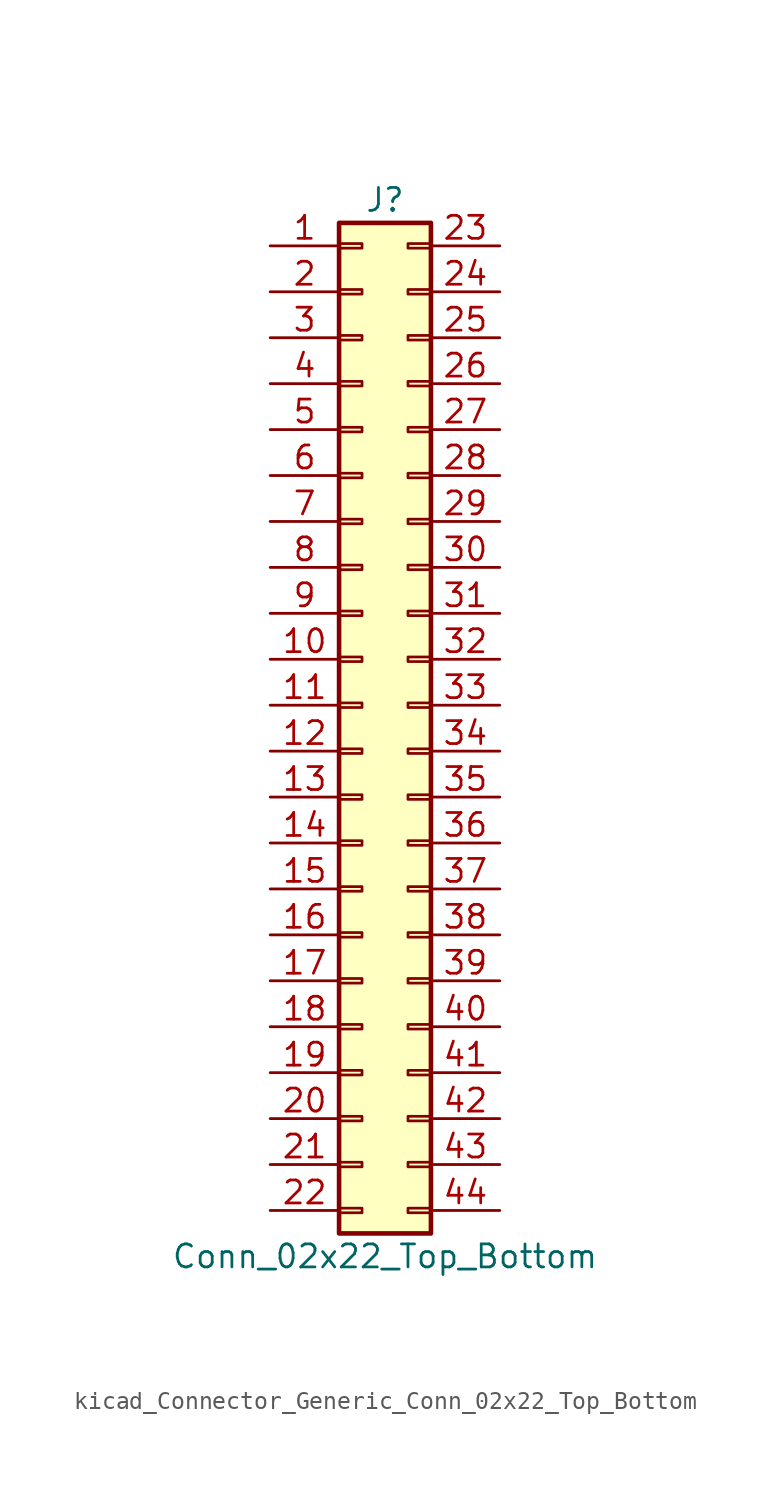
<source format=kicad_sym>
(kicad_symbol_lib
  (version 20220914)
  (generator kicad_symbol_editor)
  (symbol "kicad_Connector_Generic_Conn_02x22_Top_Bottom"
    (pin_names
      (offset 1.016) hide)
    (property "Reference" "J"
      (at 1.27 27.94 0)
      (effects (font (size 1.27 1.27))))
    (property "Value" "Conn_02x22_Top_Bottom"
      (at 1.27 -30.48 0)
      (effects (font (size 1.27 1.27))))
    (symbol "kicad_Connector_Generic_Conn_02x22_Top_Bottom_1_1"
      (rectangle (start -1.27 -27.813) (end 0 -28.067) (stroke (width 0.152) (type default)) (fill (type none)))
      (rectangle (start -1.27 -25.273) (end 0 -25.527) (stroke (width 0.152) (type default)) (fill (type none)))
      (rectangle (start -1.27 -22.733) (end 0 -22.987) (stroke (width 0.152) (type default)) (fill (type none)))
      (rectangle (start -1.27 -20.193) (end 0 -20.447) (stroke (width 0.152) (type default)) (fill (type none)))
      (rectangle (start -1.27 -17.653) (end 0 -17.907) (stroke (width 0.152) (type default)) (fill (type none)))
      (rectangle (start -1.27 -15.113) (end 0 -15.367) (stroke (width 0.152) (type default)) (fill (type none)))
      (rectangle (start -1.27 -12.573) (end 0 -12.827) (stroke (width 0.152) (type default)) (fill (type none)))
      (rectangle (start -1.27 -10.033) (end 0 -10.287) (stroke (width 0.152) (type default)) (fill (type none)))
      (rectangle (start -1.27 -7.493) (end 0 -7.747) (stroke (width 0.152) (type default)) (fill (type none)))
      (rectangle (start -1.27 -4.953) (end 0 -5.207) (stroke (width 0.152) (type default)) (fill (type none)))
      (rectangle (start -1.27 -2.413) (end 0 -2.667) (stroke (width 0.152) (type default)) (fill (type none)))
      (rectangle (start -1.27 0.127) (end 0 -0.127) (stroke (width 0.152) (type default)) (fill (type none)))
      (rectangle (start -1.27 2.667) (end 0 2.413) (stroke (width 0.152) (type default)) (fill (type none)))
      (rectangle (start -1.27 5.207) (end 0 4.953) (stroke (width 0.152) (type default)) (fill (type none)))
      (rectangle (start -1.27 7.747) (end 0 7.493) (stroke (width 0.152) (type default)) (fill (type none)))
      (rectangle (start -1.27 10.287) (end 0 10.033) (stroke (width 0.152) (type default)) (fill (type none)))
      (rectangle (start -1.27 12.827) (end 0 12.573) (stroke (width 0.152) (type default)) (fill (type none)))
      (rectangle (start -1.27 15.367) (end 0 15.113) (stroke (width 0.152) (type default)) (fill (type none)))
      (rectangle (start -1.27 17.907) (end 0 17.653) (stroke (width 0.152) (type default)) (fill (type none)))
      (rectangle (start -1.27 20.447) (end 0 20.193) (stroke (width 0.152) (type default)) (fill (type none)))
      (rectangle (start -1.27 22.987) (end 0 22.733) (stroke (width 0.152) (type default)) (fill (type none)))
      (rectangle (start -1.27 25.527) (end 0 25.273) (stroke (width 0.152) (type default)) (fill (type none)))
      (rectangle (start -1.27 26.67) (end 3.81 -29.21) (stroke (width 0.254) (type default)) (fill (type background)))
      (rectangle (start 3.81 -27.813) (end 2.54 -28.067) (stroke (width 0.152) (type default)) (fill (type none)))
      (rectangle (start 3.81 -25.273) (end 2.54 -25.527) (stroke (width 0.152) (type default)) (fill (type none)))
      (rectangle (start 3.81 -22.733) (end 2.54 -22.987) (stroke (width 0.152) (type default)) (fill (type none)))
      (rectangle (start 3.81 -20.193) (end 2.54 -20.447) (stroke (width 0.152) (type default)) (fill (type none)))
      (rectangle (start 3.81 -17.653) (end 2.54 -17.907) (stroke (width 0.152) (type default)) (fill (type none)))
      (rectangle (start 3.81 -15.113) (end 2.54 -15.367) (stroke (width 0.152) (type default)) (fill (type none)))
      (rectangle (start 3.81 -12.573) (end 2.54 -12.827) (stroke (width 0.152) (type default)) (fill (type none)))
      (rectangle (start 3.81 -10.033) (end 2.54 -10.287) (stroke (width 0.152) (type default)) (fill (type none)))
      (rectangle (start 3.81 -7.493) (end 2.54 -7.747) (stroke (width 0.152) (type default)) (fill (type none)))
      (rectangle (start 3.81 -4.953) (end 2.54 -5.207) (stroke (width 0.152) (type default)) (fill (type none)))
      (rectangle (start 3.81 -2.413) (end 2.54 -2.667) (stroke (width 0.152) (type default)) (fill (type none)))
      (rectangle (start 3.81 0.127) (end 2.54 -0.127) (stroke (width 0.152) (type default)) (fill (type none)))
      (rectangle (start 3.81 2.667) (end 2.54 2.413) (stroke (width 0.152) (type default)) (fill (type none)))
      (rectangle (start 3.81 5.207) (end 2.54 4.953) (stroke (width 0.152) (type default)) (fill (type none)))
      (rectangle (start 3.81 7.747) (end 2.54 7.493) (stroke (width 0.152) (type default)) (fill (type none)))
      (rectangle (start 3.81 10.287) (end 2.54 10.033) (stroke (width 0.152) (type default)) (fill (type none)))
      (rectangle (start 3.81 12.827) (end 2.54 12.573) (stroke (width 0.152) (type default)) (fill (type none)))
      (rectangle (start 3.81 15.367) (end 2.54 15.113) (stroke (width 0.152) (type default)) (fill (type none)))
      (rectangle (start 3.81 17.907) (end 2.54 17.653) (stroke (width 0.152) (type default)) (fill (type none)))
      (rectangle (start 3.81 20.447) (end 2.54 20.193) (stroke (width 0.152) (type default)) (fill (type none)))
      (rectangle (start 3.81 22.987) (end 2.54 22.733) (stroke (width 0.152) (type default)) (fill (type none)))
      (rectangle (start 3.81 25.527) (end 2.54 25.273) (stroke (width 0.152) (type default)) (fill (type none)))
      (pin passive line (at -5.08 25.4 0) (length 3.81) (name "Pin_1" (effects (font (size 1.27 1.27)))) (number "1" (effects (font (size 1.27 1.27)))))
      (pin passive line (at -5.08 2.54 0) (length 3.81) (name "Pin_10" (effects (font (size 1.27 1.27)))) (number "10" (effects (font (size 1.27 1.27)))))
      (pin passive line (at -5.08 0 0) (length 3.81) (name "Pin_11" (effects (font (size 1.27 1.27)))) (number "11" (effects (font (size 1.27 1.27)))))
      (pin passive line (at -5.08 -2.54 0) (length 3.81) (name "Pin_12" (effects (font (size 1.27 1.27)))) (number "12" (effects (font (size 1.27 1.27)))))
      (pin passive line (at -5.08 -5.08 0) (length 3.81) (name "Pin_13" (effects (font (size 1.27 1.27)))) (number "13" (effects (font (size 1.27 1.27)))))
      (pin passive line (at -5.08 -7.62 0) (length 3.81) (name "Pin_14" (effects (font (size 1.27 1.27)))) (number "14" (effects (font (size 1.27 1.27)))))
      (pin passive line (at -5.08 -10.16 0) (length 3.81) (name "Pin_15" (effects (font (size 1.27 1.27)))) (number "15" (effects (font (size 1.27 1.27)))))
      (pin passive line (at -5.08 -12.7 0) (length 3.81) (name "Pin_16" (effects (font (size 1.27 1.27)))) (number "16" (effects (font (size 1.27 1.27)))))
      (pin passive line (at -5.08 -15.24 0) (length 3.81) (name "Pin_17" (effects (font (size 1.27 1.27)))) (number "17" (effects (font (size 1.27 1.27)))))
      (pin passive line (at -5.08 -17.78 0) (length 3.81) (name "Pin_18" (effects (font (size 1.27 1.27)))) (number "18" (effects (font (size 1.27 1.27)))))
      (pin passive line (at -5.08 -20.32 0) (length 3.81) (name "Pin_19" (effects (font (size 1.27 1.27)))) (number "19" (effects (font (size 1.27 1.27)))))
      (pin passive line (at -5.08 22.86 0) (length 3.81) (name "Pin_2" (effects (font (size 1.27 1.27)))) (number "2" (effects (font (size 1.27 1.27)))))
      (pin passive line (at -5.08 -22.86 0) (length 3.81) (name "Pin_20" (effects (font (size 1.27 1.27)))) (number "20" (effects (font (size 1.27 1.27)))))
      (pin passive line (at -5.08 -25.4 0) (length 3.81) (name "Pin_21" (effects (font (size 1.27 1.27)))) (number "21" (effects (font (size 1.27 1.27)))))
      (pin passive line (at -5.08 -27.94 0) (length 3.81) (name "Pin_22" (effects (font (size 1.27 1.27)))) (number "22" (effects (font (size 1.27 1.27)))))
      (pin passive line (at 7.62 25.4 180) (length 3.81) (name "Pin_23" (effects (font (size 1.27 1.27)))) (number "23" (effects (font (size 1.27 1.27)))))
      (pin passive line (at 7.62 22.86 180) (length 3.81) (name "Pin_24" (effects (font (size 1.27 1.27)))) (number "24" (effects (font (size 1.27 1.27)))))
      (pin passive line (at 7.62 20.32 180) (length 3.81) (name "Pin_25" (effects (font (size 1.27 1.27)))) (number "25" (effects (font (size 1.27 1.27)))))
      (pin passive line (at 7.62 17.78 180) (length 3.81) (name "Pin_26" (effects (font (size 1.27 1.27)))) (number "26" (effects (font (size 1.27 1.27)))))
      (pin passive line (at 7.62 15.24 180) (length 3.81) (name "Pin_27" (effects (font (size 1.27 1.27)))) (number "27" (effects (font (size 1.27 1.27)))))
      (pin passive line (at 7.62 12.7 180) (length 3.81) (name "Pin_28" (effects (font (size 1.27 1.27)))) (number "28" (effects (font (size 1.27 1.27)))))
      (pin passive line (at 7.62 10.16 180) (length 3.81) (name "Pin_29" (effects (font (size 1.27 1.27)))) (number "29" (effects (font (size 1.27 1.27)))))
      (pin passive line (at -5.08 20.32 0) (length 3.81) (name "Pin_3" (effects (font (size 1.27 1.27)))) (number "3" (effects (font (size 1.27 1.27)))))
      (pin passive line (at 7.62 7.62 180) (length 3.81) (name "Pin_30" (effects (font (size 1.27 1.27)))) (number "30" (effects (font (size 1.27 1.27)))))
      (pin passive line (at 7.62 5.08 180) (length 3.81) (name "Pin_31" (effects (font (size 1.27 1.27)))) (number "31" (effects (font (size 1.27 1.27)))))
      (pin passive line (at 7.62 2.54 180) (length 3.81) (name "Pin_32" (effects (font (size 1.27 1.27)))) (number "32" (effects (font (size 1.27 1.27)))))
      (pin passive line (at 7.62 0 180) (length 3.81) (name "Pin_33" (effects (font (size 1.27 1.27)))) (number "33" (effects (font (size 1.27 1.27)))))
      (pin passive line (at 7.62 -2.54 180) (length 3.81) (name "Pin_34" (effects (font (size 1.27 1.27)))) (number "34" (effects (font (size 1.27 1.27)))))
      (pin passive line (at 7.62 -5.08 180) (length 3.81) (name "Pin_35" (effects (font (size 1.27 1.27)))) (number "35" (effects (font (size 1.27 1.27)))))
      (pin passive line (at 7.62 -7.62 180) (length 3.81) (name "Pin_36" (effects (font (size 1.27 1.27)))) (number "36" (effects (font (size 1.27 1.27)))))
      (pin passive line (at 7.62 -10.16 180) (length 3.81) (name "Pin_37" (effects (font (size 1.27 1.27)))) (number "37" (effects (font (size 1.27 1.27)))))
      (pin passive line (at 7.62 -12.7 180) (length 3.81) (name "Pin_38" (effects (font (size 1.27 1.27)))) (number "38" (effects (font (size 1.27 1.27)))))
      (pin passive line (at 7.62 -15.24 180) (length 3.81) (name "Pin_39" (effects (font (size 1.27 1.27)))) (number "39" (effects (font (size 1.27 1.27)))))
      (pin passive line (at -5.08 17.78 0) (length 3.81) (name "Pin_4" (effects (font (size 1.27 1.27)))) (number "4" (effects (font (size 1.27 1.27)))))
      (pin passive line (at 7.62 -17.78 180) (length 3.81) (name "Pin_40" (effects (font (size 1.27 1.27)))) (number "40" (effects (font (size 1.27 1.27)))))
      (pin passive line (at 7.62 -20.32 180) (length 3.81) (name "Pin_41" (effects (font (size 1.27 1.27)))) (number "41" (effects (font (size 1.27 1.27)))))
      (pin passive line (at 7.62 -22.86 180) (length 3.81) (name "Pin_42" (effects (font (size 1.27 1.27)))) (number "42" (effects (font (size 1.27 1.27)))))
      (pin passive line (at 7.62 -25.4 180) (length 3.81) (name "Pin_43" (effects (font (size 1.27 1.27)))) (number "43" (effects (font (size 1.27 1.27)))))
      (pin passive line (at 7.62 -27.94 180) (length 3.81) (name "Pin_44" (effects (font (size 1.27 1.27)))) (number "44" (effects (font (size 1.27 1.27)))))
      (pin passive line (at -5.08 15.24 0) (length 3.81) (name "Pin_5" (effects (font (size 1.27 1.27)))) (number "5" (effects (font (size 1.27 1.27)))))
      (pin passive line (at -5.08 12.7 0) (length 3.81) (name "Pin_6" (effects (font (size 1.27 1.27)))) (number "6" (effects (font (size 1.27 1.27)))))
      (pin passive line (at -5.08 10.16 0) (length 3.81) (name "Pin_7" (effects (font (size 1.27 1.27)))) (number "7" (effects (font (size 1.27 1.27)))))
      (pin passive line (at -5.08 7.62 0) (length 3.81) (name "Pin_8" (effects (font (size 1.27 1.27)))) (number "8" (effects (font (size 1.27 1.27)))))
      (pin passive line (at -5.08 5.08 0) (length 3.81) (name "Pin_9" (effects (font (size 1.27 1.27)))) (number "9" (effects (font (size 1.27 1.27))))))))
</source>
